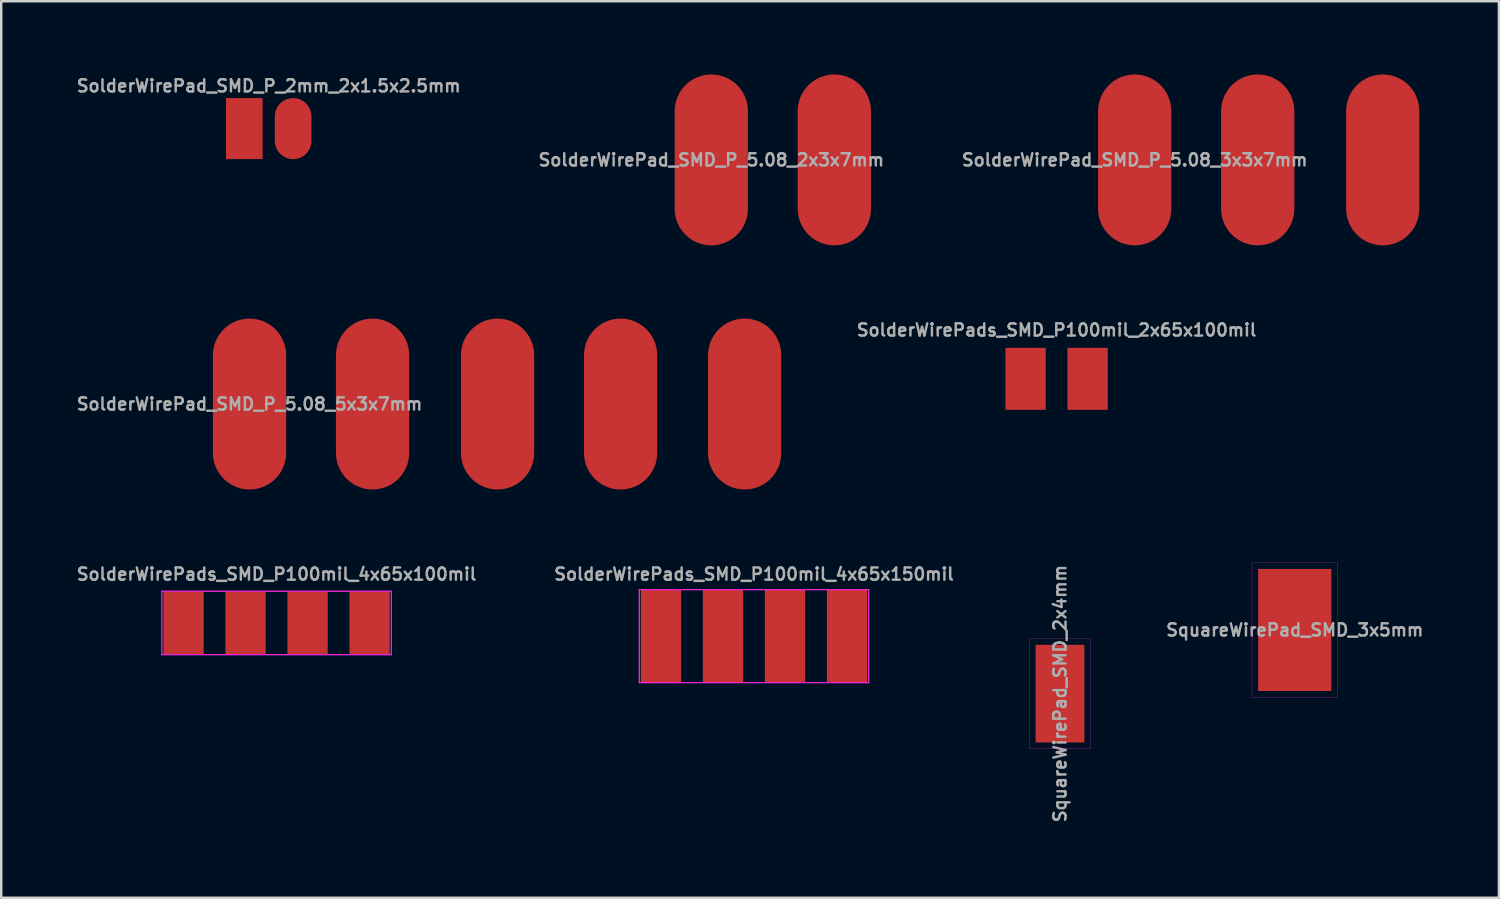
<source format=kicad_pcb>
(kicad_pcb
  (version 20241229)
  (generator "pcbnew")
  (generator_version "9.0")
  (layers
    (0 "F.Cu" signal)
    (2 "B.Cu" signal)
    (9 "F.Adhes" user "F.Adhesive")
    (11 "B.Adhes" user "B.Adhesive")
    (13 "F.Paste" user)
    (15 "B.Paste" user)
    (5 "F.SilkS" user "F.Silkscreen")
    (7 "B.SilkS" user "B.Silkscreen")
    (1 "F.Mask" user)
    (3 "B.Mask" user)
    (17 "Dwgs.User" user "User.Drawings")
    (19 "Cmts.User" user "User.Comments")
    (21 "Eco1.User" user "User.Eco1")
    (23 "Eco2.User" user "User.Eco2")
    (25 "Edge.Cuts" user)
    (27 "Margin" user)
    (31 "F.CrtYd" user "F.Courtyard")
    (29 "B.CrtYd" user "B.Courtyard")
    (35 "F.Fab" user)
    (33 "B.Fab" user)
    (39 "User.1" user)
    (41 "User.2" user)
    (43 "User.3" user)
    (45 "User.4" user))
  (footprint "SquareWirePad_SMD_2x4mm"
    (layer "F.Cu")
    (at 40.369 25.362)
    (property "Reference" "SquareWirePad_SMD_2x4mm" (at 0 0 90) (layer "F.Fab") (effects (font (size 0.5 0.5) (thickness 0.1))))
    (attr smd)
    (fp_line (start -1.25 -2.25) (end -1.25 2.25) (stroke (width 0.01) (type solid)) (layer "F.CrtYd"))
    (fp_line (start -1.25 2.25) (end 1.25 2.25) (stroke (width 0.01) (type solid)) (layer "F.CrtYd"))
    (fp_line (start 1.25 -2.25) (end -1.25 -2.25) (stroke (width 0.01) (type solid)) (layer "F.CrtYd"))
    (fp_line (start 1.25 2.25) (end 1.25 -2.25) (stroke (width 0.01) (type solid)) (layer "F.CrtYd"))
    (pad "1" smd rect (at 0 0) (size 2 4) (layers "F.Cu" "F.Mask")))
  (footprint "SolderWirePad_SMD_P_5.08_5x3x7mm"
    (layer "F.Cu")
    (at 17.331 13.5)
    (property "Reference" "SolderWirePad_SMD_P_5.08_5x3x7mm" (at -10.16 0 0) (layer "F.Fab") (effects (font (size 0.5 0.5) (thickness 0.1))))
    (attr through_hole)
    (pad "1" smd oval (at -10.16 0) (size 3 7) (layers "F.Cu" "F.Mask"))
    (pad "2" smd oval (at -5.12 0) (size 3 7) (layers "F.Cu" "F.Mask"))
    (pad "3" smd oval (at 0 0) (size 3 7) (layers "F.Cu" "F.Mask"))
    (pad "4" smd oval (at 5.04 0) (size 3 7) (layers "F.Cu" "F.Mask"))
    (pad "5" smd oval (at 10.12 0) (size 3 7) (layers "F.Cu" "F.Mask")))
  (footprint "SquareWirePad_SMD_3x5mm"
    (layer "F.Cu")
    (at 49.986 22.755)
    (property "Reference" "SquareWirePad_SMD_3x5mm" (at 0 0 0) (layer "F.Fab") (effects (font (size 0.5 0.5) (thickness 0.1))))
    (attr smd exclude_from_bom)
    (fp_line (start -1.75 -2.75) (end -1.75 2.75) (stroke (width 0.01) (type solid)) (layer "F.CrtYd"))
    (fp_line (start -1.75 2.75) (end 1.75 2.75) (stroke (width 0.01) (type solid)) (layer "F.CrtYd"))
    (fp_line (start 1.75 -2.75) (end -1.75 -2.75) (stroke (width 0.01) (type solid)) (layer "F.CrtYd"))
    (fp_line (start 1.75 2.75) (end 1.75 -2.75) (stroke (width 0.01) (type solid)) (layer "F.CrtYd"))
    (pad "1" smd rect (at 0 0) (size 3 5) (layers "F.Cu" "F.Mask")))
  (footprint "SolderWirePad_SMD_P_5.08_2x3x7mm"
    (layer "F.Cu")
    (at 28.626 3.5)
    (property "Reference" "SolderWirePad_SMD_P_5.08_2x3x7mm" (at -2.54 0 0) (layer "F.Fab") (effects (font (size 0.5 0.5) (thickness 0.1))))
    (attr through_hole)
    (pad "1" smd oval (at -2.54 0) (size 3 7) (layers "F.Cu" "F.Mask"))
    (pad "2" smd oval (at 2.5 0) (size 3 7) (layers "F.Cu" "F.Mask")))
  (footprint "SolderWirePad_SMD_P_2mm_2x1.5x2.5mm"
    (layer "F.Cu")
    (at 7.957 2.218)
    (property "Reference" "SolderWirePad_SMD_P_2mm_2x1.5x2.5mm" (at 0 -1.75 0) (layer "F.Fab") (effects (font (size 0.5 0.5) (thickness 0.1))))
    (attr smd)
    (pad "1" smd rect (at -1 0) (size 1.5 2.5) (layers "F.Cu" "F.Mask"))
    (pad "2" smd oval (at 1 0) (size 1.5 2.5) (layers "F.Cu" "F.Mask")))
  (footprint "SolderWirePads_SMD_P100mil_2x65x100mil"
    (layer "F.Cu")
    (at 40.23 12.468)
    (property "Reference" "SolderWirePads_SMD_P100mil_2x65x100mil" (at 0 -2 0) (layer "F.Fab") (effects (font (size 0.5 0.5) (thickness 0.1))))
    (attr smd)
    (pad "1" smd rect (at -1.27 0) (size 1.651 2.54) (layers "F.Cu" "F.Mask" "F.Paste"))
    (pad "2" smd rect (at 1.27 0) (size 1.651 2.54) (layers "F.Cu" "F.Mask" "F.Paste")))
  (footprint "SolderWirePads_SMD_P100mil_4x65x100mil"
    (layer "F.Cu")
    (at 8.279 22.468)
    (property "Reference" "SolderWirePads_SMD_P100mil_4x65x100mil" (at 0 -2 0) (layer "F.Fab") (effects (font (size 0.5 0.5) (thickness 0.1))))
    (attr smd)
    (fp_line (start -4.7 -1.3) (end 4.7 -1.3) (stroke (width 0.05) (type solid)) (layer "F.CrtYd"))
    (fp_line (start -4.7 1.3) (end -4.7 -1.3) (stroke (width 0.05) (type solid)) (layer "F.CrtYd"))
    (fp_line (start 4.7 -1.3) (end 4.7 1.3) (stroke (width 0.05) (type solid)) (layer "F.CrtYd"))
    (fp_line (start 4.7 1.3) (end -4.7 1.3) (stroke (width 0.05) (type solid)) (layer "F.CrtYd"))
    (pad "1" smd rect (at -3.81 0) (size 1.651 2.54) (layers "F.Cu" "F.Mask" "F.Paste"))
    (pad "2" smd rect (at -1.27 0) (size 1.651 2.54) (layers "F.Cu" "F.Mask" "F.Paste"))
    (pad "3" smd rect (at 1.27 0) (size 1.651 2.54) (layers "F.Cu" "F.Mask" "F.Paste"))
    (pad "4" smd rect (at 3.81 0) (size 1.651 2.54) (layers "F.Cu" "F.Mask" "F.Paste")))
  (footprint "SolderWirePads_SMD_P100mil_4x65x150mil"
    (layer "F.Cu")
    (at 27.836 23.008)
    (property "Reference" "SolderWirePads_SMD_P100mil_4x65x150mil" (at 0 -2.54 0) (layer "F.Fab") (effects (font (size 0.5 0.5) (thickness 0.1))))
    (attr smd)
    (fp_line (start -4.701 -1.905) (end 4.699 -1.905) (stroke (width 0.05) (type solid)) (layer "F.CrtYd"))
    (fp_line (start -4.699 1.905) (end -4.699 -1.905) (stroke (width 0.05) (type solid)) (layer "F.CrtYd"))
    (fp_line (start 4.699 -1.905) (end 4.699 1.905) (stroke (width 0.05) (type solid)) (layer "F.CrtYd"))
    (fp_line (start 4.7 1.905) (end -4.7 1.905) (stroke (width 0.05) (type solid)) (layer "F.CrtYd"))
    (pad "1" smd rect (at -3.81 0) (size 1.651 3.81) (layers "F.Cu" "F.Mask" "F.Paste"))
    (pad "2" smd rect (at -1.27 0) (size 1.651 3.81) (layers "F.Cu" "F.Mask" "F.Paste"))
    (pad "3" smd rect (at 1.27 0) (size 1.651 3.81) (layers "F.Cu" "F.Mask" "F.Paste"))
    (pad "4" smd rect (at 3.81 0) (size 1.651 3.81) (layers "F.Cu" "F.Mask" "F.Paste")))
  (footprint "SolderWirePad_SMD_P_5.08_3x3x7mm"
    (layer "F.Cu")
    (at 48.509 3.5)
    (property "Reference" "SolderWirePad_SMD_P_5.08_3x3x7mm" (at -5.08 0 0) (layer "F.Fab") (effects (font (size 0.5 0.5) (thickness 0.1))))
    (attr through_hole)
    (pad "1" smd oval (at -5.08 0) (size 3 7) (layers "F.Cu" "F.Mask"))
    (pad "2" smd oval (at -0.04 0) (size 3 7) (layers "F.Cu" "F.Mask"))
    (pad "3" smd oval (at 5.08 0) (size 3 7) (layers "F.Cu" "F.Mask")))
  (gr_rect
    (start -3 -3)
    (end 58.348 33.724)
    (stroke (width 0.1) (type default))
    (fill no)
    (layer "Edge.Cuts")))
</source>
